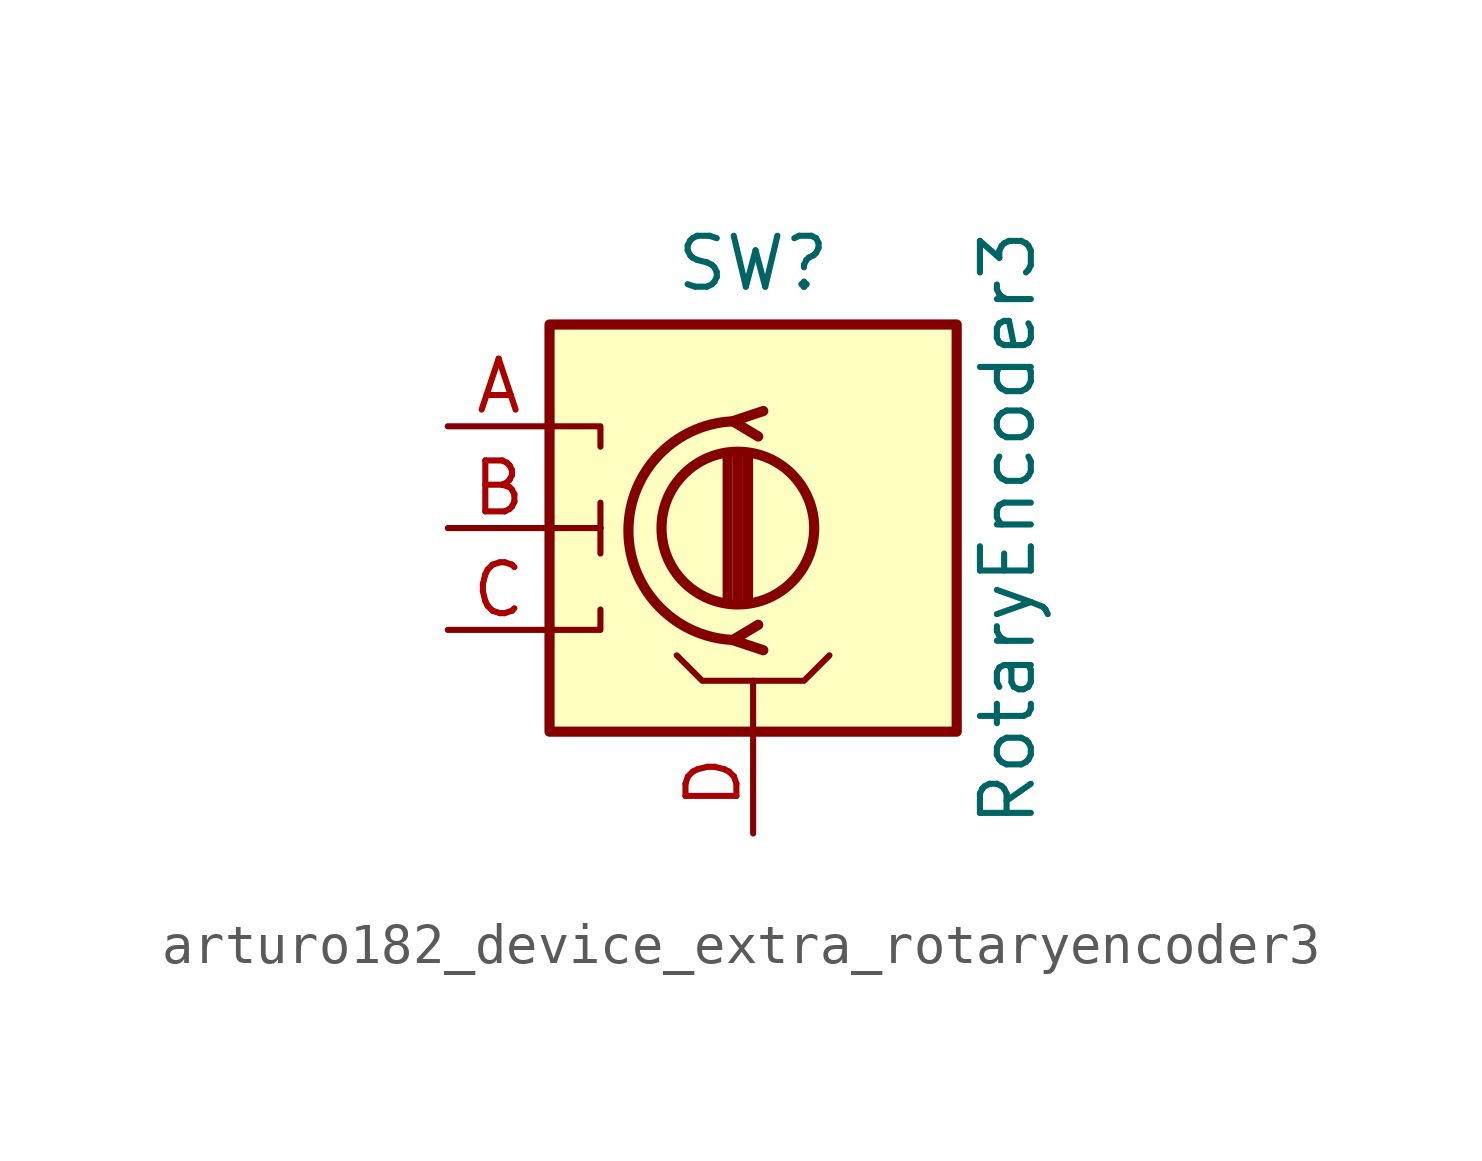
<source format=kicad_sym>
(kicad_symbol_lib
  (version 20220914)
  (generator kicad_symbol_editor)
  (symbol "arturo182_device_extra_rotaryencoder3"
    (pin_names
      (offset 0.254) hide)
    (property "Reference" "SW"
      (at 0 6.604 0)
      (effects (font (size 1.27 1.27))))
    (property "Value" "RotaryEncoder3"
      (at 6.35 0 90)
      (effects (font (size 1.27 1.27))))
    (symbol "arturo182_device_extra_rotaryencoder3_0_1"
      (rectangle (start -5.08 5.08) (end 5.08 -5.08) (stroke (width 0.254) (type default)) (fill (type background)))
      (circle (center -0.381 0) (radius 1.905) (stroke (width 0.254) (type default)) (fill (type none)))
      (arc (start -0.381 2.667) (mid -3.0988 -0.0635) (end -0.381 -2.794) (stroke (width 0.254) (type default)) (fill (type none)))
      (polyline (pts (xy -5.08 0) (xy -3.81 0)) (stroke (width 0) (type default)) (fill (type none)))
      (polyline (pts (xy -3.81 0) (xy -3.81 -0.635)) (stroke (width 0) (type default)) (fill (type none)))
      (polyline (pts (xy -3.81 0) (xy -3.81 0.635)) (stroke (width 0) (type default)) (fill (type none)))
      (polyline (pts (xy -0.635 -1.778) (xy -0.635 1.778)) (stroke (width 0.254) (type default)) (fill (type none)))
      (polyline (pts (xy -0.381 -1.778) (xy -0.381 1.778)) (stroke (width 0.254) (type default)) (fill (type none)))
      (polyline (pts (xy -0.127 1.778) (xy -0.127 -1.778)) (stroke (width 0.254) (type default)) (fill (type none)))
      (polyline (pts (xy -5.08 -2.54) (xy -3.81 -2.54) (xy -3.81 -2.032)) (stroke (width 0) (type default)) (fill (type none)))
      (polyline (pts (xy -5.08 2.54) (xy -3.81 2.54) (xy -3.81 2.032)) (stroke (width 0) (type default)) (fill (type none)))
      (polyline (pts (xy 0 -3.81) (xy 1.27 -3.81) (xy 1.905 -3.175)) (stroke (width 0) (type default)) (fill (type none)))
      (polyline (pts (xy 0.254 -3.048) (xy -0.508 -2.794) (xy 0.127 -2.413)) (stroke (width 0.254) (type default)) (fill (type none)))
      (polyline (pts (xy 0.254 2.921) (xy -0.508 2.667) (xy 0.127 2.286)) (stroke (width 0.254) (type default)) (fill (type none)))
      (polyline (pts (xy 0 -5.08) (xy 0 -3.81) (xy -1.27 -3.81) (xy -1.905 -3.175)) (stroke (width 0) (type default)) (fill (type none))))
    (symbol "arturo182_device_extra_rotaryencoder3_1_1"
      (pin passive line (at -7.62 2.54 0) (length 2.54) (name "A" (effects (font (size 1.27 1.27)))) (number "A" (effects (font (size 1.27 1.27)))))
      (pin passive line (at -7.62 0 0) (length 2.54) (name "B" (effects (font (size 1.27 1.27)))) (number "B" (effects (font (size 1.27 1.27)))))
      (pin passive line (at -7.62 -2.54 0) (length 2.54) (name "C" (effects (font (size 1.27 1.27)))) (number "C" (effects (font (size 1.27 1.27)))))
      (pin passive line (at 0 -7.62 90) (length 2.54) (name "D" (effects (font (size 1.27 1.27)))) (number "D" (effects (font (size 1.27 1.27))))))))
</source>
